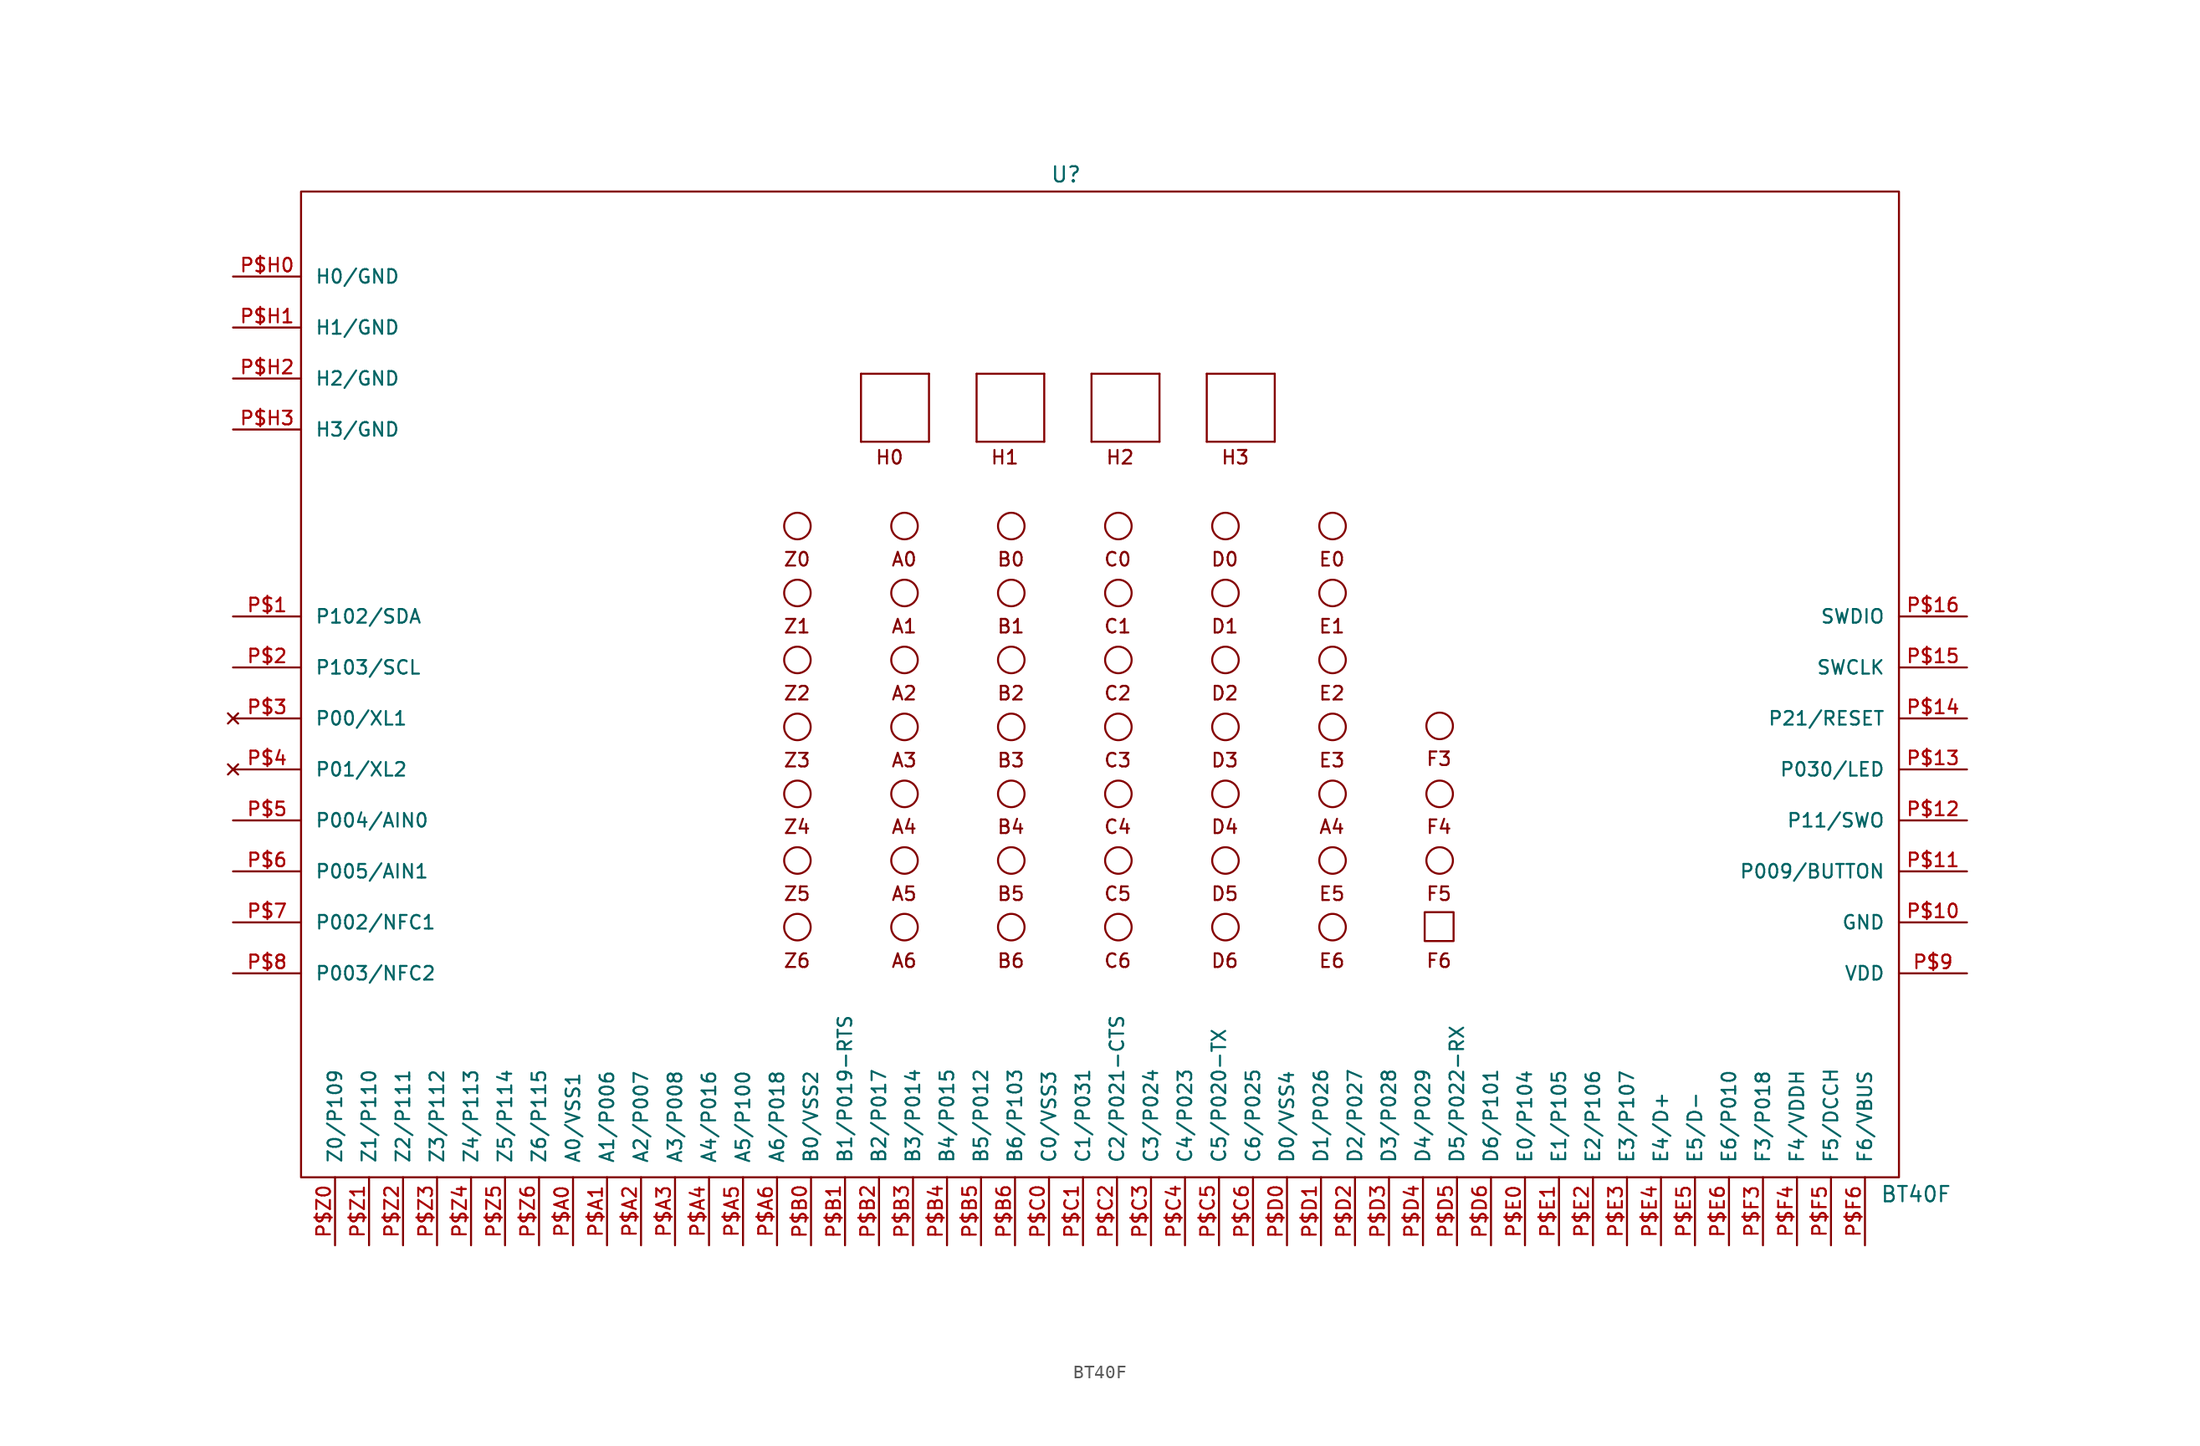
<source format=kicad_sym>
(kicad_symbol_lib
  (version 20220914)
  (generator kicad_symbol_editor)
  (symbol "BT40F"
    (pin_names
      (offset 1.016))
    (property "Reference" "U"
      (at 0 48.26 0)
      (effects (font (size 1.143 1.143))))
    (property "Value" "BT40F"
      (at 63.5 -27.94 0)
      (effects (font (size 1.143 1.143))))
    (property "ki_locked" ""
      (at 0 0 0)
      (effects (font (size 1.27 1.27))))
    (symbol "BT40F_0_1"
      (rectangle (start -57.15 46.99) (end 62.23 -26.67) (stroke (width 0) (type solid)) (fill (type none))))
    (symbol "BT40F_1_0"
      (polyline (pts (xy -15.316 28.296) (xy -15.316 33.376)) (stroke (width 0) (type solid)) (fill (type none)))
      (polyline (pts (xy -15.316 33.376) (xy -10.236 33.376)) (stroke (width 0) (type solid)) (fill (type none)))
      (polyline (pts (xy -10.236 28.296) (xy -15.316 28.296)) (stroke (width 0) (type solid)) (fill (type none)))
      (polyline (pts (xy -10.236 33.376) (xy -10.236 28.296)) (stroke (width 0) (type solid)) (fill (type none)))
      (polyline (pts (xy -6.68 28.296) (xy -6.68 33.376)) (stroke (width 0) (type solid)) (fill (type none)))
      (polyline (pts (xy -6.68 33.376) (xy -1.626 33.376)) (stroke (width 0) (type solid)) (fill (type none)))
      (polyline (pts (xy -1.626 28.296) (xy -6.68 28.296)) (stroke (width 0) (type solid)) (fill (type none)))
      (polyline (pts (xy -1.626 33.376) (xy -1.626 28.296)) (stroke (width 0) (type solid)) (fill (type none)))
      (polyline (pts (xy 1.905 28.296) (xy 1.905 33.376)) (stroke (width 0) (type solid)) (fill (type none)))
      (polyline (pts (xy 1.905 33.376) (xy 6.985 33.376)) (stroke (width 0) (type solid)) (fill (type none)))
      (polyline (pts (xy 6.985 28.296) (xy 1.905 28.296)) (stroke (width 0) (type solid)) (fill (type none)))
      (polyline (pts (xy 6.985 33.376) (xy 6.985 28.296)) (stroke (width 0) (type solid)) (fill (type none)))
      (polyline (pts (xy 10.516 28.296) (xy 10.516 33.376)) (stroke (width 0) (type solid)) (fill (type none)))
      (polyline (pts (xy 10.516 33.376) (xy 15.596 33.376)) (stroke (width 0) (type solid)) (fill (type none)))
      (polyline (pts (xy 15.596 28.296) (xy 10.516 28.296)) (stroke (width 0) (type solid)) (fill (type none)))
      (polyline (pts (xy 15.596 33.376) (xy 15.596 28.296)) (stroke (width 0) (type solid)) (fill (type none)))
      (text "A0" (at -12.09 19.507 0) (effects (font (size 1.016 1.016))))
      (text "A1" (at -12.09 14.503 0) (effects (font (size 1.016 1.016))))
      (text "A2" (at -12.09 9.5 0) (effects (font (size 1.016 1.016))))
      (text "A3" (at -12.09 4.496 0) (effects (font (size 1.016 1.016))))
      (text "A4" (at -12.09 -0.483 0) (effects (font (size 1.016 1.016))))
      (text "A4" (at 19.863 -0.483 0) (effects (font (size 1.016 1.016))))
      (text "A5" (at -12.09 -5.486 0) (effects (font (size 1.016 1.016))))
      (text "A6" (at -12.09 -10.49 0) (effects (font (size 1.016 1.016))))
      (text "B0" (at -4.115 19.507 0) (effects (font (size 1.016 1.016))))
      (text "B1" (at -4.115 14.503 0) (effects (font (size 1.016 1.016))))
      (text "B2" (at -4.115 9.5 0) (effects (font (size 1.016 1.016))))
      (text "B3" (at -4.115 4.496 0) (effects (font (size 1.016 1.016))))
      (text "B4" (at -4.115 -0.483 0) (effects (font (size 1.016 1.016))))
      (text "B5" (at -4.115 -5.486 0) (effects (font (size 1.016 1.016))))
      (text "B6" (at -4.115 -10.49 0) (effects (font (size 1.016 1.016))))
      (text "C0" (at 3.861 19.507 0) (effects (font (size 1.016 1.016))))
      (text "C1" (at 3.861 14.503 0) (effects (font (size 1.016 1.016))))
      (text "C2" (at 3.861 9.5 0) (effects (font (size 1.016 1.016))))
      (text "C3" (at 3.861 4.496 0) (effects (font (size 1.016 1.016))))
      (text "C4" (at 3.861 -0.483 0) (effects (font (size 1.016 1.016))))
      (text "C5" (at 3.861 -5.486 0) (effects (font (size 1.016 1.016))))
      (text "C6" (at 3.861 -10.49 0) (effects (font (size 1.016 1.016))))
      (text "D0" (at 11.862 19.507 0) (effects (font (size 1.016 1.016))))
      (text "D1" (at 11.862 14.503 0) (effects (font (size 1.016 1.016))))
      (text "D2" (at 11.862 9.5 0) (effects (font (size 1.016 1.016))))
      (text "D3" (at 11.862 4.496 0) (effects (font (size 1.016 1.016))))
      (text "D4" (at 11.862 -0.483 0) (effects (font (size 1.016 1.016))))
      (text "D5" (at 11.862 -5.486 0) (effects (font (size 1.016 1.016))))
      (text "D6" (at 11.862 -10.49 0) (effects (font (size 1.016 1.016))))
      (text "E0" (at 19.863 19.507 0) (effects (font (size 1.016 1.016))))
      (text "E1" (at 19.863 14.503 0) (effects (font (size 1.016 1.016))))
      (text "E2" (at 19.863 9.5 0) (effects (font (size 1.016 1.016))))
      (text "E3" (at 19.863 4.496 0) (effects (font (size 1.016 1.016))))
      (text "E5" (at 19.863 -5.486 0) (effects (font (size 1.016 1.016))))
      (text "E6" (at 19.863 -10.49 0) (effects (font (size 1.016 1.016))))
      (text "F4" (at 27.864 -0.483 0) (effects (font (size 1.016 1.016))))
      (text "F5" (at 27.864 -5.486 0) (effects (font (size 1.016 1.016))))
      (text "F6" (at 27.864 -10.49 0) (effects (font (size 1.016 1.016))))
      (text "H0" (at -13.183 27.127 0) (effects (font (size 1.016 1.016))))
      (text "H1" (at -4.572 27.127 0) (effects (font (size 1.016 1.016))))
      (text "H2" (at 4.039 27.127 0) (effects (font (size 1.016 1.016))))
      (text "H3" (at 12.649 27.127 0) (effects (font (size 1.016 1.016))))
      (text "Z0" (at -20.091 19.507 0) (effects (font (size 1.016 1.016))))
      (text "Z1" (at -20.091 14.503 0) (effects (font (size 1.016 1.016))))
      (text "Z2" (at -20.091 9.5 0) (effects (font (size 1.016 1.016))))
      (text "Z3" (at -20.091 4.496 0) (effects (font (size 1.016 1.016))))
      (text "Z4" (at -20.091 -0.483 0) (effects (font (size 1.016 1.016))))
      (text "Z5" (at -20.091 -5.486 0) (effects (font (size 1.016 1.016))))
      (text "Z6" (at -20.091 -10.49 0) (effects (font (size 1.016 1.016)))))
    (symbol "BT40F_1_1"
      (circle (center -20.066 -7.976) (radius 0.991) (stroke (width 0) (type solid)) (fill (type none)))
      (circle (center -20.066 -2.997) (radius 0.991) (stroke (width 0) (type solid)) (fill (type none)))
      (circle (center -20.066 1.981) (radius 0.991) (stroke (width 0) (type solid)) (fill (type none)))
      (circle (center -20.066 6.985) (radius 0.991) (stroke (width 0) (type solid)) (fill (type none)))
      (circle (center -20.066 11.989) (radius 0.991) (stroke (width 0) (type solid)) (fill (type none)))
      (circle (center -20.066 16.993) (radius 0.991) (stroke (width 0) (type solid)) (fill (type none)))
      (circle (center -20.066 21.996) (radius 0.991) (stroke (width 0) (type solid)) (fill (type none)))
      (circle (center -12.065 -7.976) (radius 0.991) (stroke (width 0) (type solid)) (fill (type none)))
      (circle (center -12.065 -2.997) (radius 0.991) (stroke (width 0) (type solid)) (fill (type none)))
      (circle (center -12.065 1.981) (radius 0.991) (stroke (width 0) (type solid)) (fill (type none)))
      (circle (center -12.065 6.985) (radius 0.991) (stroke (width 0) (type solid)) (fill (type none)))
      (circle (center -12.065 11.989) (radius 0.991) (stroke (width 0) (type solid)) (fill (type none)))
      (circle (center -12.065 16.993) (radius 0.991) (stroke (width 0) (type solid)) (fill (type none)))
      (circle (center -12.065 21.996) (radius 0.991) (stroke (width 0) (type solid)) (fill (type none)))
      (circle (center -4.089 -7.976) (radius 0.991) (stroke (width 0) (type solid)) (fill (type none)))
      (circle (center -4.089 -2.997) (radius 0.991) (stroke (width 0) (type solid)) (fill (type none)))
      (circle (center -4.089 1.981) (radius 0.991) (stroke (width 0) (type solid)) (fill (type none)))
      (circle (center -4.089 6.985) (radius 0.991) (stroke (width 0) (type solid)) (fill (type none)))
      (circle (center -4.089 11.989) (radius 0.991) (stroke (width 0) (type solid)) (fill (type none)))
      (circle (center -4.089 16.993) (radius 0.991) (stroke (width 0) (type solid)) (fill (type none)))
      (circle (center -4.089 21.996) (radius 0.991) (stroke (width 0) (type solid)) (fill (type none)))
      (circle (center 3.912 -7.976) (radius 0.991) (stroke (width 0) (type solid)) (fill (type none)))
      (circle (center 3.912 -2.997) (radius 0.991) (stroke (width 0) (type solid)) (fill (type none)))
      (circle (center 3.912 1.981) (radius 0.991) (stroke (width 0) (type solid)) (fill (type none)))
      (circle (center 3.912 6.985) (radius 0.991) (stroke (width 0) (type solid)) (fill (type none)))
      (circle (center 3.912 11.989) (radius 0.991) (stroke (width 0) (type solid)) (fill (type none)))
      (circle (center 3.912 16.993) (radius 0.991) (stroke (width 0) (type solid)) (fill (type none)))
      (circle (center 3.912 21.996) (radius 0.991) (stroke (width 0) (type solid)) (fill (type none)))
      (circle (center 11.913 -7.976) (radius 0.991) (stroke (width 0) (type solid)) (fill (type none)))
      (circle (center 11.913 -2.997) (radius 0.991) (stroke (width 0) (type solid)) (fill (type none)))
      (circle (center 11.913 1.981) (radius 0.991) (stroke (width 0) (type solid)) (fill (type none)))
      (circle (center 11.913 6.985) (radius 0.991) (stroke (width 0) (type solid)) (fill (type none)))
      (circle (center 11.913 11.989) (radius 0.991) (stroke (width 0) (type solid)) (fill (type none)))
      (circle (center 11.913 16.993) (radius 0.991) (stroke (width 0) (type solid)) (fill (type none)))
      (circle (center 11.913 21.996) (radius 0.991) (stroke (width 0) (type solid)) (fill (type none)))
      (circle (center 19.914 -7.976) (radius 0.991) (stroke (width 0) (type solid)) (fill (type none)))
      (circle (center 19.914 -2.997) (radius 0.991) (stroke (width 0) (type solid)) (fill (type none)))
      (circle (center 19.914 1.981) (radius 0.991) (stroke (width 0) (type solid)) (fill (type none)))
      (circle (center 19.914 6.985) (radius 0.991) (stroke (width 0) (type solid)) (fill (type none)))
      (circle (center 19.914 11.989) (radius 0.991) (stroke (width 0) (type solid)) (fill (type none)))
      (circle (center 19.914 16.993) (radius 0.991) (stroke (width 0) (type solid)) (fill (type none)))
      (circle (center 19.914 21.996) (radius 0.991) (stroke (width 0) (type solid)) (fill (type none)))
      (rectangle (start 26.797 -6.858) (end 28.956 -9.017) (stroke (width 0) (type solid)) (fill (type none)))
      (circle (center 27.915 -2.997) (radius 0.991) (stroke (width 0) (type solid)) (fill (type none)))
      (circle (center 27.915 1.981) (radius 0.991) (stroke (width 0) (type solid)) (fill (type none)))
      (circle (center 27.915 7.061) (radius 0.991) (stroke (width 0) (type solid)) (fill (type none)))
      (text "F3" (at 27.864 4.597 0) (effects (font (size 1.016 1.016))))
      (pin bidirectional line (at -62.23 15.24 0) (length 5.08) (name "P102/SDA" (effects (font (size 1.016 1.016)))) (number "P$1" (effects (font (size 1.016 1.016)))))
      (pin bidirectional line (at 67.31 -7.62 180) (length 5.08) (name "GND" (effects (font (size 1.016 1.016)))) (number "P$10" (effects (font (size 1.016 1.016)))))
      (pin bidirectional line (at 67.31 -3.81 180) (length 5.08) (name "P009/BUTTON" (effects (font (size 1.016 1.016)))) (number "P$11" (effects (font (size 1.016 1.016)))))
      (pin bidirectional line (at 67.31 0 180) (length 5.08) (name "P11/SWO" (effects (font (size 1.016 1.016)))) (number "P$12" (effects (font (size 1.016 1.016)))))
      (pin bidirectional line (at 67.31 3.81 180) (length 5.08) (name "P030/LED" (effects (font (size 1.016 1.016)))) (number "P$13" (effects (font (size 1.016 1.016)))))
      (pin bidirectional line (at 67.31 7.62 180) (length 5.08) (name "P21/RESET" (effects (font (size 1.016 1.016)))) (number "P$14" (effects (font (size 1.016 1.016)))))
      (pin bidirectional line (at 67.31 11.43 180) (length 5.08) (name "SWCLK" (effects (font (size 1.016 1.016)))) (number "P$15" (effects (font (size 1.016 1.016)))))
      (pin bidirectional line (at 67.31 15.24 180) (length 5.08) (name "SWDIO" (effects (font (size 1.016 1.016)))) (number "P$16" (effects (font (size 1.016 1.016)))))
      (pin bidirectional line (at -62.23 11.43 0) (length 5.08) (name "P103/SCL" (effects (font (size 1.016 1.016)))) (number "P$2" (effects (font (size 1.016 1.016)))))
      (pin no_connect line (at -62.23 7.62 0) (length 5.08) (name "P00/XL1" (effects (font (size 1.016 1.016)))) (number "P$3" (effects (font (size 1.016 1.016)))))
      (pin no_connect line (at -62.23 3.81 0) (length 5.08) (name "P01/XL2" (effects (font (size 1.016 1.016)))) (number "P$4" (effects (font (size 1.016 1.016)))))
      (pin bidirectional line (at -62.23 0 0) (length 5.08) (name "P004/AIN0" (effects (font (size 1.016 1.016)))) (number "P$5" (effects (font (size 1.016 1.016)))))
      (pin bidirectional line (at -62.23 -3.81 0) (length 5.08) (name "P005/AIN1" (effects (font (size 1.016 1.016)))) (number "P$6" (effects (font (size 1.016 1.016)))))
      (pin bidirectional line (at -62.23 -7.62 0) (length 5.08) (name "P002/NFC1" (effects (font (size 1.016 1.016)))) (number "P$7" (effects (font (size 1.016 1.016)))))
      (pin bidirectional line (at -62.23 -11.43 0) (length 5.08) (name "P003/NFC2" (effects (font (size 1.016 1.016)))) (number "P$8" (effects (font (size 1.016 1.016)))))
      (pin bidirectional line (at 67.31 -11.43 180) (length 5.08) (name "VDD" (effects (font (size 1.016 1.016)))) (number "P$9" (effects (font (size 1.016 1.016)))))
      (pin bidirectional line (at -36.83 -31.75 90) (length 5.08) (name "A0/VSS1" (effects (font (size 1.016 1.016)))) (number "P$A0" (effects (font (size 1.016 1.016)))))
      (pin bidirectional line (at -34.29 -31.75 90) (length 5.08) (name "A1/P006" (effects (font (size 1.016 1.016)))) (number "P$A1" (effects (font (size 1.016 1.016)))))
      (pin bidirectional line (at -31.75 -31.75 90) (length 5.08) (name "A2/P007" (effects (font (size 1.016 1.016)))) (number "P$A2" (effects (font (size 1.016 1.016)))))
      (pin bidirectional line (at -29.21 -31.75 90) (length 5.08) (name "A3/P008" (effects (font (size 1.016 1.016)))) (number "P$A3" (effects (font (size 1.016 1.016)))))
      (pin bidirectional line (at -26.67 -31.75 90) (length 5.08) (name "A4/P016" (effects (font (size 1.016 1.016)))) (number "P$A4" (effects (font (size 1.016 1.016)))))
      (pin bidirectional line (at -24.13 -31.75 90) (length 5.08) (name "A5/P100" (effects (font (size 1.016 1.016)))) (number "P$A5" (effects (font (size 1.016 1.016)))))
      (pin bidirectional line (at -21.59 -31.75 90) (length 5.08) (name "A6/P018" (effects (font (size 1.016 1.016)))) (number "P$A6" (effects (font (size 1.016 1.016)))))
      (pin bidirectional line (at -19.05 -31.75 90) (length 5.08) (name "B0/VSS2" (effects (font (size 1.016 1.016)))) (number "P$B0" (effects (font (size 1.016 1.016)))))
      (pin bidirectional line (at -16.51 -31.75 90) (length 5.08) (name "B1/P019-RTS" (effects (font (size 1.016 1.016)))) (number "P$B1" (effects (font (size 1.016 1.016)))))
      (pin bidirectional line (at -13.97 -31.75 90) (length 5.08) (name "B2/P017" (effects (font (size 1.016 1.016)))) (number "P$B2" (effects (font (size 1.016 1.016)))))
      (pin bidirectional line (at -11.43 -31.75 90) (length 5.08) (name "B3/P014" (effects (font (size 1.016 1.016)))) (number "P$B3" (effects (font (size 1.016 1.016)))))
      (pin bidirectional line (at -8.89 -31.75 90) (length 5.08) (name "B4/P015" (effects (font (size 1.016 1.016)))) (number "P$B4" (effects (font (size 1.016 1.016)))))
      (pin bidirectional line (at -6.35 -31.75 90) (length 5.08) (name "B5/P012" (effects (font (size 1.016 1.016)))) (number "P$B5" (effects (font (size 1.016 1.016)))))
      (pin bidirectional line (at -3.81 -31.75 90) (length 5.08) (name "B6/P103" (effects (font (size 1.016 1.016)))) (number "P$B6" (effects (font (size 1.016 1.016)))))
      (pin bidirectional line (at -1.27 -31.75 90) (length 5.08) (name "C0/VSS3" (effects (font (size 1.016 1.016)))) (number "P$C0" (effects (font (size 1.016 1.016)))))
      (pin bidirectional line (at 1.27 -31.75 90) (length 5.08) (name "C1/P031" (effects (font (size 1.016 1.016)))) (number "P$C1" (effects (font (size 1.016 1.016)))))
      (pin bidirectional line (at 3.81 -31.75 90) (length 5.08) (name "C2/P021-CTS" (effects (font (size 1.016 1.016)))) (number "P$C2" (effects (font (size 1.016 1.016)))))
      (pin bidirectional line (at 6.35 -31.75 90) (length 5.08) (name "C3/P024" (effects (font (size 1.016 1.016)))) (number "P$C3" (effects (font (size 1.016 1.016)))))
      (pin bidirectional line (at 8.89 -31.75 90) (length 5.08) (name "C4/P023" (effects (font (size 1.016 1.016)))) (number "P$C4" (effects (font (size 1.016 1.016)))))
      (pin bidirectional line (at 11.43 -31.75 90) (length 5.08) (name "C5/P020-TX" (effects (font (size 1.016 1.016)))) (number "P$C5" (effects (font (size 1.016 1.016)))))
      (pin bidirectional line (at 13.97 -31.75 90) (length 5.08) (name "C6/P025" (effects (font (size 1.016 1.016)))) (number "P$C6" (effects (font (size 1.016 1.016)))))
      (pin bidirectional line (at 16.51 -31.75 90) (length 5.08) (name "D0/VSS4" (effects (font (size 1.016 1.016)))) (number "P$D0" (effects (font (size 1.016 1.016)))))
      (pin bidirectional line (at 19.05 -31.75 90) (length 5.08) (name "D1/P026" (effects (font (size 1.016 1.016)))) (number "P$D1" (effects (font (size 1.016 1.016)))))
      (pin bidirectional line (at 21.59 -31.75 90) (length 5.08) (name "D2/P027" (effects (font (size 1.016 1.016)))) (number "P$D2" (effects (font (size 1.016 1.016)))))
      (pin bidirectional line (at 24.13 -31.75 90) (length 5.08) (name "D3/P028" (effects (font (size 1.016 1.016)))) (number "P$D3" (effects (font (size 1.016 1.016)))))
      (pin bidirectional line (at 26.67 -31.75 90) (length 5.08) (name "D4/P029" (effects (font (size 1.016 1.016)))) (number "P$D4" (effects (font (size 1.016 1.016)))))
      (pin bidirectional line (at 29.21 -31.75 90) (length 5.08) (name "D5/P022-RX" (effects (font (size 1.016 1.016)))) (number "P$D5" (effects (font (size 1.016 1.016)))))
      (pin bidirectional line (at 31.75 -31.75 90) (length 5.08) (name "D6/P101" (effects (font (size 1.016 1.016)))) (number "P$D6" (effects (font (size 1.016 1.016)))))
      (pin bidirectional line (at 34.29 -31.75 90) (length 5.08) (name "E0/P104" (effects (font (size 1.016 1.016)))) (number "P$E0" (effects (font (size 1.016 1.016)))))
      (pin bidirectional line (at 36.83 -31.75 90) (length 5.08) (name "E1/P105" (effects (font (size 1.016 1.016)))) (number "P$E1" (effects (font (size 1.016 1.016)))))
      (pin bidirectional line (at 39.37 -31.75 90) (length 5.08) (name "E2/P106" (effects (font (size 1.016 1.016)))) (number "P$E2" (effects (font (size 1.016 1.016)))))
      (pin bidirectional line (at 41.91 -31.75 90) (length 5.08) (name "E3/P107" (effects (font (size 1.016 1.016)))) (number "P$E3" (effects (font (size 1.016 1.016)))))
      (pin bidirectional line (at 44.45 -31.75 90) (length 5.08) (name "E4/D+" (effects (font (size 1.016 1.016)))) (number "P$E4" (effects (font (size 1.016 1.016)))))
      (pin bidirectional line (at 46.99 -31.75 90) (length 5.08) (name "E5/D-" (effects (font (size 1.016 1.016)))) (number "P$E5" (effects (font (size 1.016 1.016)))))
      (pin bidirectional line (at 49.53 -31.75 90) (length 5.08) (name "E6/P010" (effects (font (size 1.016 1.016)))) (number "P$E6" (effects (font (size 1.016 1.016)))))
      (pin bidirectional line (at 52.07 -31.75 90) (length 5.08) (name "F3/P018" (effects (font (size 1.016 1.016)))) (number "P$F3" (effects (font (size 1.016 1.016)))))
      (pin bidirectional line (at 54.61 -31.75 90) (length 5.08) (name "F4/VDDH" (effects (font (size 1.016 1.016)))) (number "P$F4" (effects (font (size 1.016 1.016)))))
      (pin bidirectional line (at 57.15 -31.75 90) (length 5.08) (name "F5/DCCH" (effects (font (size 1.016 1.016)))) (number "P$F5" (effects (font (size 1.016 1.016)))))
      (pin bidirectional line (at 59.69 -31.75 90) (length 5.08) (name "F6/VBUS" (effects (font (size 1.016 1.016)))) (number "P$F6" (effects (font (size 1.016 1.016)))))
      (pin bidirectional line (at -62.23 40.64 0) (length 5.08) (name "H0/GND" (effects (font (size 1.016 1.016)))) (number "P$H0" (effects (font (size 1.016 1.016)))))
      (pin bidirectional line (at -62.23 36.83 0) (length 5.08) (name "H1/GND" (effects (font (size 1.016 1.016)))) (number "P$H1" (effects (font (size 1.016 1.016)))))
      (pin bidirectional line (at -62.23 33.02 0) (length 5.08) (name "H2/GND" (effects (font (size 1.016 1.016)))) (number "P$H2" (effects (font (size 1.016 1.016)))))
      (pin bidirectional line (at -62.23 29.21 0) (length 5.08) (name "H3/GND" (effects (font (size 1.016 1.016)))) (number "P$H3" (effects (font (size 1.016 1.016)))))
      (pin bidirectional line (at -54.61 -31.75 90) (length 5.08) (name "Z0/P109" (effects (font (size 1.016 1.016)))) (number "P$Z0" (effects (font (size 1.016 1.016)))))
      (pin bidirectional line (at -52.07 -31.75 90) (length 5.08) (name "Z1/P110" (effects (font (size 1.016 1.016)))) (number "P$Z1" (effects (font (size 1.016 1.016)))))
      (pin bidirectional line (at -49.53 -31.75 90) (length 5.08) (name "Z2/P111" (effects (font (size 1.016 1.016)))) (number "P$Z2" (effects (font (size 1.016 1.016)))))
      (pin bidirectional line (at -46.99 -31.75 90) (length 5.08) (name "Z3/P112" (effects (font (size 1.016 1.016)))) (number "P$Z3" (effects (font (size 1.016 1.016)))))
      (pin bidirectional line (at -44.45 -31.75 90) (length 5.08) (name "Z4/P113" (effects (font (size 1.016 1.016)))) (number "P$Z4" (effects (font (size 1.016 1.016)))))
      (pin bidirectional line (at -41.91 -31.75 90) (length 5.08) (name "Z5/P114" (effects (font (size 1.016 1.016)))) (number "P$Z5" (effects (font (size 1.016 1.016)))))
      (pin bidirectional line (at -39.37 -31.75 90) (length 5.08) (name "Z6/P115" (effects (font (size 1.016 1.016)))) (number "P$Z6" (effects (font (size 1.016 1.016))))))))
</source>
